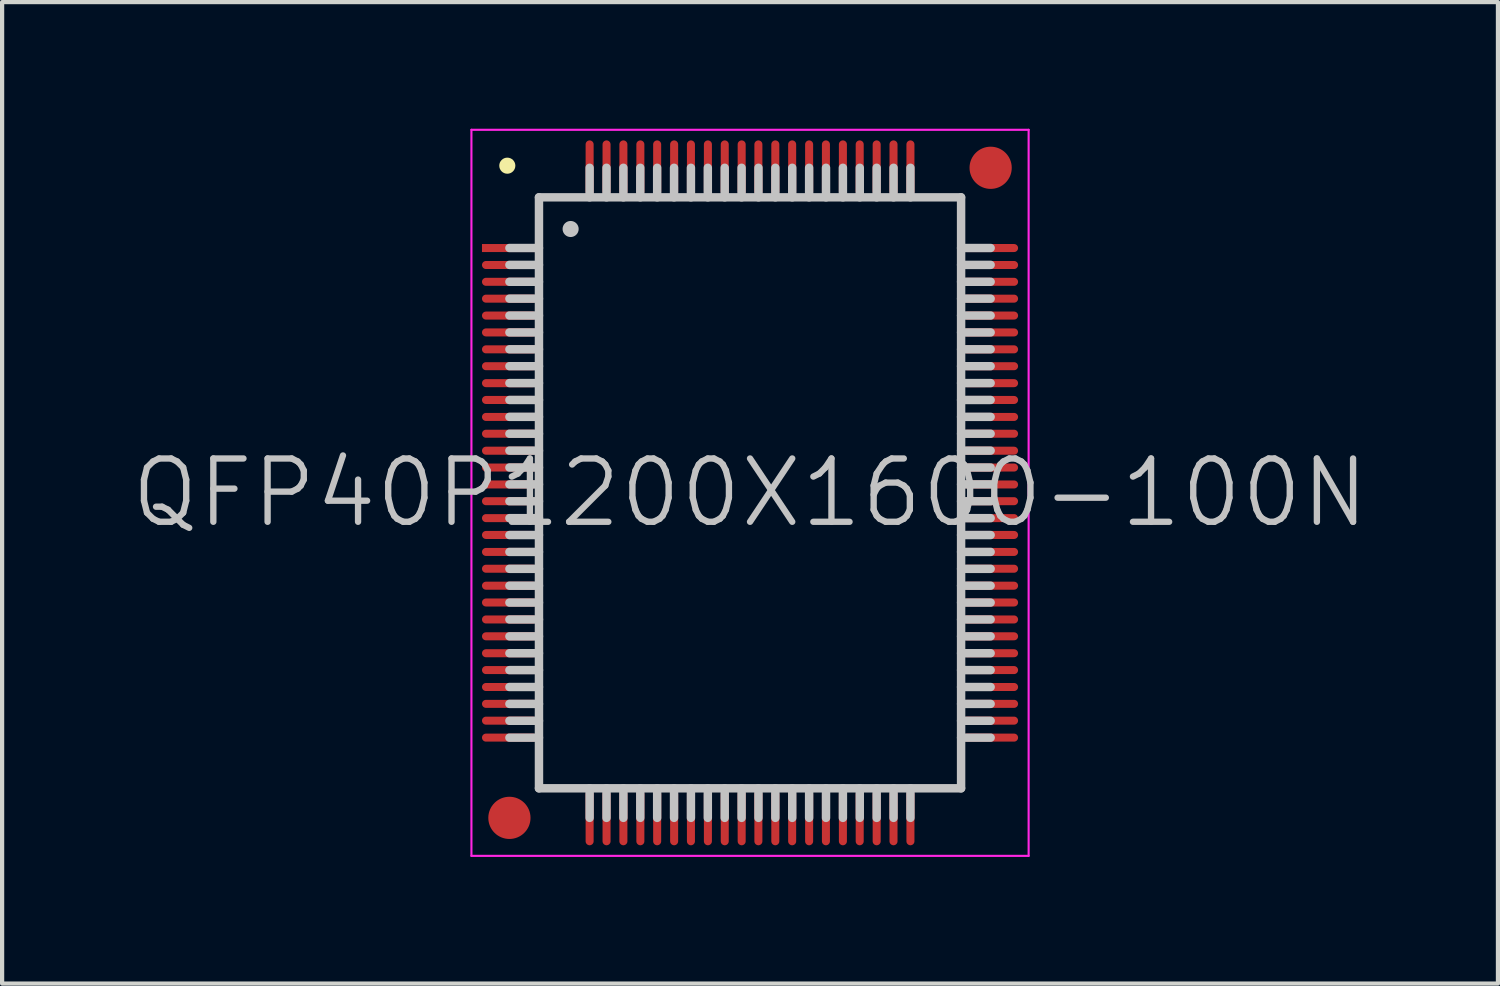
<source format=kicad_pcb>
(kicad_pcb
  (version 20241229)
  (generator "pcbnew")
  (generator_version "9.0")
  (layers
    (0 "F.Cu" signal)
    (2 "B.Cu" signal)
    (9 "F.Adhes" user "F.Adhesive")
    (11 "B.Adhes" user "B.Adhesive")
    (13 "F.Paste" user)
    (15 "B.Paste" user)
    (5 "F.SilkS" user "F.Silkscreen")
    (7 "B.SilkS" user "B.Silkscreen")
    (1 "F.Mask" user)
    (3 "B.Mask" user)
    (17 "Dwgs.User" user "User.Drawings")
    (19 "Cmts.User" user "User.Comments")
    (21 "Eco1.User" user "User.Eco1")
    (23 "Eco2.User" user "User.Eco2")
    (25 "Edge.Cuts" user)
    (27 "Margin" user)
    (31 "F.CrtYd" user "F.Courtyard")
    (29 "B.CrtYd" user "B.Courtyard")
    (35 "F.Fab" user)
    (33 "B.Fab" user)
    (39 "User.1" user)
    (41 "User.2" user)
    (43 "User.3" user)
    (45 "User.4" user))
  (footprint "QFP40P1200X1600-100N"
    (layer "F.Cu")
    (at 14.718 8.625)
    (property "Reference" "QFP40P1200X1600-100N" (at 0 0 0) (layer "Dwgs.User") (effects (font (size 1.5 1.5) (thickness 0.15))))
    (attr smd)
    (fp_line (start -5.75 -7.75) (end -5.75 -7.75) (stroke (width 0.381) (type solid)) (layer "F.SilkS"))
    (fp_line (start -5 -7) (end -5 7) (stroke (width 0.2) (type solid)) (layer "Dwgs.User"))
    (fp_line (start -5 -7) (end 5 -7) (stroke (width 0.2) (type solid)) (layer "Dwgs.User"))
    (fp_line (start -5 -5.8) (end -5.7 -5.8) (stroke (width 0.2) (type solid)) (layer "Dwgs.User"))
    (fp_line (start -5 -5.4) (end -5.7 -5.4) (stroke (width 0.2) (type solid)) (layer "Dwgs.User"))
    (fp_line (start -5 -5) (end -5.7 -5) (stroke (width 0.2) (type solid)) (layer "Dwgs.User"))
    (fp_line (start -5 -4.6) (end -5.7 -4.6) (stroke (width 0.2) (type solid)) (layer "Dwgs.User"))
    (fp_line (start -5 -4.2) (end -5.7 -4.2) (stroke (width 0.2) (type solid)) (layer "Dwgs.User"))
    (fp_line (start -5 -3.8) (end -5.7 -3.8) (stroke (width 0.2) (type solid)) (layer "Dwgs.User"))
    (fp_line (start -5 -3.4) (end -5.7 -3.4) (stroke (width 0.2) (type solid)) (layer "Dwgs.User"))
    (fp_line (start -5 -3) (end -5.7 -3) (stroke (width 0.2) (type solid)) (layer "Dwgs.User"))
    (fp_line (start -5 -2.6) (end -5.7 -2.6) (stroke (width 0.2) (type solid)) (layer "Dwgs.User"))
    (fp_line (start -5 -2.2) (end -5.7 -2.2) (stroke (width 0.2) (type solid)) (layer "Dwgs.User"))
    (fp_line (start -5 -1.8) (end -5.7 -1.8) (stroke (width 0.2) (type solid)) (layer "Dwgs.User"))
    (fp_line (start -5 -1.4) (end -5.7 -1.4) (stroke (width 0.2) (type solid)) (layer "Dwgs.User"))
    (fp_line (start -5 -1) (end -5.7 -1) (stroke (width 0.2) (type solid)) (layer "Dwgs.User"))
    (fp_line (start -5 -0.6) (end -5.7 -0.6) (stroke (width 0.2) (type solid)) (layer "Dwgs.User"))
    (fp_line (start -5 -0.2) (end -5.7 -0.2) (stroke (width 0.2) (type solid)) (layer "Dwgs.User"))
    (fp_line (start -5 0.2) (end -5.7 0.2) (stroke (width 0.2) (type solid)) (layer "Dwgs.User"))
    (fp_line (start -5 0.6) (end -5.7 0.6) (stroke (width 0.2) (type solid)) (layer "Dwgs.User"))
    (fp_line (start -5 1) (end -5.7 1) (stroke (width 0.2) (type solid)) (layer "Dwgs.User"))
    (fp_line (start -5 1.4) (end -5.7 1.4) (stroke (width 0.2) (type solid)) (layer "Dwgs.User"))
    (fp_line (start -5 1.8) (end -5.7 1.8) (stroke (width 0.2) (type solid)) (layer "Dwgs.User"))
    (fp_line (start -5 2.2) (end -5.7 2.2) (stroke (width 0.2) (type solid)) (layer "Dwgs.User"))
    (fp_line (start -5 2.6) (end -5.7 2.6) (stroke (width 0.2) (type solid)) (layer "Dwgs.User"))
    (fp_line (start -5 3) (end -5.7 3) (stroke (width 0.2) (type solid)) (layer "Dwgs.User"))
    (fp_line (start -5 3.4) (end -5.7 3.4) (stroke (width 0.2) (type solid)) (layer "Dwgs.User"))
    (fp_line (start -5 3.8) (end -5.7 3.8) (stroke (width 0.2) (type solid)) (layer "Dwgs.User"))
    (fp_line (start -5 4.2) (end -5.7 4.2) (stroke (width 0.2) (type solid)) (layer "Dwgs.User"))
    (fp_line (start -5 4.6) (end -5.7 4.6) (stroke (width 0.2) (type solid)) (layer "Dwgs.User"))
    (fp_line (start -5 5) (end -5.7 5) (stroke (width 0.2) (type solid)) (layer "Dwgs.User"))
    (fp_line (start -5 5.4) (end -5.7 5.4) (stroke (width 0.2) (type solid)) (layer "Dwgs.User"))
    (fp_line (start -5 5.8) (end -5.7 5.8) (stroke (width 0.2) (type solid)) (layer "Dwgs.User"))
    (fp_line (start -5 7) (end 5 7) (stroke (width 0.2) (type solid)) (layer "Dwgs.User"))
    (fp_line (start -4.25 -6.25) (end -4.25 -6.25) (stroke (width 0.381) (type solid)) (layer "Dwgs.User"))
    (fp_line (start -3.8 -7) (end -3.8 -7.7) (stroke (width 0.2) (type solid)) (layer "Dwgs.User"))
    (fp_line (start -3.8 7.7) (end -3.8 7) (stroke (width 0.2) (type solid)) (layer "Dwgs.User"))
    (fp_line (start -3.4 -7) (end -3.4 -7.7) (stroke (width 0.2) (type solid)) (layer "Dwgs.User"))
    (fp_line (start -3.4 7.7) (end -3.4 7) (stroke (width 0.2) (type solid)) (layer "Dwgs.User"))
    (fp_line (start -3 -7) (end -3 -7.7) (stroke (width 0.2) (type solid)) (layer "Dwgs.User"))
    (fp_line (start -3 7.7) (end -3 7) (stroke (width 0.2) (type solid)) (layer "Dwgs.User"))
    (fp_line (start -2.6 -7) (end -2.6 -7.7) (stroke (width 0.2) (type solid)) (layer "Dwgs.User"))
    (fp_line (start -2.6 7.7) (end -2.6 7) (stroke (width 0.2) (type solid)) (layer "Dwgs.User"))
    (fp_line (start -2.2 -7) (end -2.2 -7.7) (stroke (width 0.2) (type solid)) (layer "Dwgs.User"))
    (fp_line (start -2.2 7.7) (end -2.2 7) (stroke (width 0.2) (type solid)) (layer "Dwgs.User"))
    (fp_line (start -1.8 -7) (end -1.8 -7.7) (stroke (width 0.2) (type solid)) (layer "Dwgs.User"))
    (fp_line (start -1.8 7.7) (end -1.8 7) (stroke (width 0.2) (type solid)) (layer "Dwgs.User"))
    (fp_line (start -1.4 -7) (end -1.4 -7.7) (stroke (width 0.2) (type solid)) (layer "Dwgs.User"))
    (fp_line (start -1.4 7.7) (end -1.4 7) (stroke (width 0.2) (type solid)) (layer "Dwgs.User"))
    (fp_line (start -1 -7) (end -1 -7.7) (stroke (width 0.2) (type solid)) (layer "Dwgs.User"))
    (fp_line (start -1 7.7) (end -1 7) (stroke (width 0.2) (type solid)) (layer "Dwgs.User"))
    (fp_line (start -0.6 -7) (end -0.6 -7.7) (stroke (width 0.2) (type solid)) (layer "Dwgs.User"))
    (fp_line (start -0.6 7.7) (end -0.6 7) (stroke (width 0.2) (type solid)) (layer "Dwgs.User"))
    (fp_line (start -0.2 -7) (end -0.2 -7.7) (stroke (width 0.2) (type solid)) (layer "Dwgs.User"))
    (fp_line (start -0.2 7.7) (end -0.2 7) (stroke (width 0.2) (type solid)) (layer "Dwgs.User"))
    (fp_line (start 0.2 -7) (end 0.2 -7.7) (stroke (width 0.2) (type solid)) (layer "Dwgs.User"))
    (fp_line (start 0.2 7.7) (end 0.2 7) (stroke (width 0.2) (type solid)) (layer "Dwgs.User"))
    (fp_line (start 0.6 -7) (end 0.6 -7.7) (stroke (width 0.2) (type solid)) (layer "Dwgs.User"))
    (fp_line (start 0.6 7.7) (end 0.6 7) (stroke (width 0.2) (type solid)) (layer "Dwgs.User"))
    (fp_line (start 1 -7) (end 1 -7.7) (stroke (width 0.2) (type solid)) (layer "Dwgs.User"))
    (fp_line (start 1 7.7) (end 1 7) (stroke (width 0.2) (type solid)) (layer "Dwgs.User"))
    (fp_line (start 1.4 -7) (end 1.4 -7.7) (stroke (width 0.2) (type solid)) (layer "Dwgs.User"))
    (fp_line (start 1.4 7.7) (end 1.4 7) (stroke (width 0.2) (type solid)) (layer "Dwgs.User"))
    (fp_line (start 1.8 -7) (end 1.8 -7.7) (stroke (width 0.2) (type solid)) (layer "Dwgs.User"))
    (fp_line (start 1.8 7.7) (end 1.8 7) (stroke (width 0.2) (type solid)) (layer "Dwgs.User"))
    (fp_line (start 2.2 -7) (end 2.2 -7.7) (stroke (width 0.2) (type solid)) (layer "Dwgs.User"))
    (fp_line (start 2.2 7.7) (end 2.2 7) (stroke (width 0.2) (type solid)) (layer "Dwgs.User"))
    (fp_line (start 2.6 -7) (end 2.6 -7.7) (stroke (width 0.2) (type solid)) (layer "Dwgs.User"))
    (fp_line (start 2.6 7.7) (end 2.6 7) (stroke (width 0.2) (type solid)) (layer "Dwgs.User"))
    (fp_line (start 3 -7) (end 3 -7.7) (stroke (width 0.2) (type solid)) (layer "Dwgs.User"))
    (fp_line (start 3 7.7) (end 3 7) (stroke (width 0.2) (type solid)) (layer "Dwgs.User"))
    (fp_line (start 3.4 -7) (end 3.4 -7.7) (stroke (width 0.2) (type solid)) (layer "Dwgs.User"))
    (fp_line (start 3.4 7.7) (end 3.4 7) (stroke (width 0.2) (type solid)) (layer "Dwgs.User"))
    (fp_line (start 3.8 -7) (end 3.8 -7.7) (stroke (width 0.2) (type solid)) (layer "Dwgs.User"))
    (fp_line (start 3.8 7.7) (end 3.8 7) (stroke (width 0.2) (type solid)) (layer "Dwgs.User"))
    (fp_line (start 5 -7) (end 5 7) (stroke (width 0.2) (type solid)) (layer "Dwgs.User"))
    (fp_line (start 5.7 -5.8) (end 5 -5.8) (stroke (width 0.2) (type solid)) (layer "Dwgs.User"))
    (fp_line (start 5.7 -5.4) (end 5 -5.4) (stroke (width 0.2) (type solid)) (layer "Dwgs.User"))
    (fp_line (start 5.7 -5) (end 5 -5) (stroke (width 0.2) (type solid)) (layer "Dwgs.User"))
    (fp_line (start 5.7 -4.6) (end 5 -4.6) (stroke (width 0.2) (type solid)) (layer "Dwgs.User"))
    (fp_line (start 5.7 -4.2) (end 5 -4.2) (stroke (width 0.2) (type solid)) (layer "Dwgs.User"))
    (fp_line (start 5.7 -3.8) (end 5 -3.8) (stroke (width 0.2) (type solid)) (layer "Dwgs.User"))
    (fp_line (start 5.7 -3.4) (end 5 -3.4) (stroke (width 0.2) (type solid)) (layer "Dwgs.User"))
    (fp_line (start 5.7 -3) (end 5 -3) (stroke (width 0.2) (type solid)) (layer "Dwgs.User"))
    (fp_line (start 5.7 -2.6) (end 5 -2.6) (stroke (width 0.2) (type solid)) (layer "Dwgs.User"))
    (fp_line (start 5.7 -2.2) (end 5 -2.2) (stroke (width 0.2) (type solid)) (layer "Dwgs.User"))
    (fp_line (start 5.7 -1.8) (end 5 -1.8) (stroke (width 0.2) (type solid)) (layer "Dwgs.User"))
    (fp_line (start 5.7 -1.4) (end 5 -1.4) (stroke (width 0.2) (type solid)) (layer "Dwgs.User"))
    (fp_line (start 5.7 -1) (end 5 -1) (stroke (width 0.2) (type solid)) (layer "Dwgs.User"))
    (fp_line (start 5.7 -0.6) (end 5 -0.6) (stroke (width 0.2) (type solid)) (layer "Dwgs.User"))
    (fp_line (start 5.7 -0.2) (end 5 -0.2) (stroke (width 0.2) (type solid)) (layer "Dwgs.User"))
    (fp_line (start 5.7 0.2) (end 5 0.2) (stroke (width 0.2) (type solid)) (layer "Dwgs.User"))
    (fp_line (start 5.7 0.6) (end 5 0.6) (stroke (width 0.2) (type solid)) (layer "Dwgs.User"))
    (fp_line (start 5.7 1) (end 5 1) (stroke (width 0.2) (type solid)) (layer "Dwgs.User"))
    (fp_line (start 5.7 1.4) (end 5 1.4) (stroke (width 0.2) (type solid)) (layer "Dwgs.User"))
    (fp_line (start 5.7 1.8) (end 5 1.8) (stroke (width 0.2) (type solid)) (layer "Dwgs.User"))
    (fp_line (start 5.7 2.2) (end 5 2.2) (stroke (width 0.2) (type solid)) (layer "Dwgs.User"))
    (fp_line (start 5.7 2.6) (end 5 2.6) (stroke (width 0.2) (type solid)) (layer "Dwgs.User"))
    (fp_line (start 5.7 3) (end 5 3) (stroke (width 0.2) (type solid)) (layer "Dwgs.User"))
    (fp_line (start 5.7 3.4) (end 5 3.4) (stroke (width 0.2) (type solid)) (layer "Dwgs.User"))
    (fp_line (start 5.7 3.8) (end 5 3.8) (stroke (width 0.2) (type solid)) (layer "Dwgs.User"))
    (fp_line (start 5.7 4.2) (end 5 4.2) (stroke (width 0.2) (type solid)) (layer "Dwgs.User"))
    (fp_line (start 5.7 4.6) (end 5 4.6) (stroke (width 0.2) (type solid)) (layer "Dwgs.User"))
    (fp_line (start 5.7 5) (end 5 5) (stroke (width 0.2) (type solid)) (layer "Dwgs.User"))
    (fp_line (start 5.7 5.4) (end 5 5.4) (stroke (width 0.2) (type solid)) (layer "Dwgs.User"))
    (fp_line (start 5.7 5.8) (end 5 5.8) (stroke (width 0.2) (type solid)) (layer "Dwgs.User"))
    (fp_line (start -6.6 -8.6) (end -6.6 8.6) (stroke (width 0.05) (type solid)) (layer "F.CrtYd"))
    (fp_line (start -6.6 -8.6) (end 6.6 -8.6) (stroke (width 0.05) (type solid)) (layer "F.CrtYd"))
    (fp_line (start -6.6 8.6) (end 6.6 8.6) (stroke (width 0.05) (type solid)) (layer "F.CrtYd"))
    (fp_line (start 6.6 -8.6) (end 6.6 8.6) (stroke (width 0.05) (type solid)) (layer "F.CrtYd"))
    (pad "" smd circle (at -5.7 7.7) (size 1 1) (layers "F.Cu" "F.Mask"))
    (pad "" smd circle (at 5.7 -7.7) (size 1 1) (layers "F.Cu" "F.Mask"))
    (pad "1" smd rect (at -5.7 -5.799 90) (size 0.19 1.3) (layers "F.Cu" "F.Mask" "F.Paste"))
    (pad "2" smd oval (at -5.7 -5.397 90) (size 0.19 1.3) (layers "F.Cu" "F.Mask" "F.Paste"))
    (pad "3" smd oval (at -5.7 -4.999 90) (size 0.19 1.3) (layers "F.Cu" "F.Mask" "F.Paste"))
    (pad "4" smd oval (at -5.7 -4.6 90) (size 0.19 1.3) (layers "F.Cu" "F.Mask" "F.Paste"))
    (pad "5" smd oval (at -5.7 -4.199 90) (size 0.19 1.3) (layers "F.Cu" "F.Mask" "F.Paste"))
    (pad "6" smd oval (at -5.7 -3.8 90) (size 0.19 1.3) (layers "F.Cu" "F.Mask" "F.Paste"))
    (pad "7" smd oval (at -5.7 -3.399 90) (size 0.19 1.3) (layers "F.Cu" "F.Mask" "F.Paste"))
    (pad "8" smd oval (at -5.7 -3 90) (size 0.19 1.3) (layers "F.Cu" "F.Mask" "F.Paste"))
    (pad "9" smd oval (at -5.7 -2.598 90) (size 0.19 1.3) (layers "F.Cu" "F.Mask" "F.Paste"))
    (pad "10" smd oval (at -5.7 -2.2 90) (size 0.19 1.3) (layers "F.Cu" "F.Mask" "F.Paste"))
    (pad "11" smd oval (at -5.7 -1.798 90) (size 0.19 1.3) (layers "F.Cu" "F.Mask" "F.Paste"))
    (pad "12" smd oval (at -5.7 -1.4 90) (size 0.19 1.3) (layers "F.Cu" "F.Mask" "F.Paste"))
    (pad "13" smd oval (at -5.7 -0.998 90) (size 0.19 1.3) (layers "F.Cu" "F.Mask" "F.Paste"))
    (pad "14" smd oval (at -5.7 -0.599 90) (size 0.19 1.3) (layers "F.Cu" "F.Mask" "F.Paste"))
    (pad "15" smd oval (at -5.7 -0.198 90) (size 0.19 1.3) (layers "F.Cu" "F.Mask" "F.Paste"))
    (pad "16" smd oval (at -5.7 0.198 90) (size 0.19 1.3) (layers "F.Cu" "F.Mask" "F.Paste"))
    (pad "17" smd oval (at -5.7 0.599 90) (size 0.19 1.3) (layers "F.Cu" "F.Mask" "F.Paste"))
    (pad "18" smd oval (at -5.7 0.998 90) (size 0.19 1.3) (layers "F.Cu" "F.Mask" "F.Paste"))
    (pad "19" smd oval (at -5.7 1.4 90) (size 0.19 1.3) (layers "F.Cu" "F.Mask" "F.Paste"))
    (pad "20" smd oval (at -5.7 1.798 90) (size 0.19 1.3) (layers "F.Cu" "F.Mask" "F.Paste"))
    (pad "21" smd oval (at -5.7 2.2 90) (size 0.19 1.3) (layers "F.Cu" "F.Mask" "F.Paste"))
    (pad "22" smd oval (at -5.7 2.598 90) (size 0.19 1.3) (layers "F.Cu" "F.Mask" "F.Paste"))
    (pad "23" smd oval (at -5.7 3 90) (size 0.19 1.3) (layers "F.Cu" "F.Mask" "F.Paste"))
    (pad "24" smd oval (at -5.7 3.399 90) (size 0.19 1.3) (layers "F.Cu" "F.Mask" "F.Paste"))
    (pad "25" smd oval (at -5.7 3.8 90) (size 0.19 1.3) (layers "F.Cu" "F.Mask" "F.Paste"))
    (pad "26" smd oval (at -5.7 4.199 90) (size 0.19 1.3) (layers "F.Cu" "F.Mask" "F.Paste"))
    (pad "27" smd oval (at -5.7 4.6 90) (size 0.19 1.3) (layers "F.Cu" "F.Mask" "F.Paste"))
    (pad "28" smd oval (at -5.7 4.999 90) (size 0.19 1.3) (layers "F.Cu" "F.Mask" "F.Paste"))
    (pad "29" smd oval (at -5.7 5.397 90) (size 0.19 1.3) (layers "F.Cu" "F.Mask" "F.Paste"))
    (pad "30" smd oval (at -5.7 5.799 90) (size 0.19 1.3) (layers "F.Cu" "F.Mask" "F.Paste"))
    (pad "31" smd oval (at -3.8 7.699 180) (size 0.19 1.3) (layers "F.Cu" "F.Mask" "F.Paste"))
    (pad "32" smd oval (at -3.399 7.699 180) (size 0.19 1.3) (layers "F.Cu" "F.Mask" "F.Paste"))
    (pad "33" smd oval (at -3 7.699 180) (size 0.19 1.3) (layers "F.Cu" "F.Mask" "F.Paste"))
    (pad "34" smd oval (at -2.598 7.699 180) (size 0.19 1.3) (layers "F.Cu" "F.Mask" "F.Paste"))
    (pad "35" smd oval (at -2.2 7.699 180) (size 0.19 1.3) (layers "F.Cu" "F.Mask" "F.Paste"))
    (pad "36" smd oval (at -1.798 7.699 180) (size 0.19 1.3) (layers "F.Cu" "F.Mask" "F.Paste"))
    (pad "37" smd oval (at -1.4 7.699 180) (size 0.19 1.3) (layers "F.Cu" "F.Mask" "F.Paste"))
    (pad "38" smd oval (at -0.998 7.699 180) (size 0.19 1.3) (layers "F.Cu" "F.Mask" "F.Paste"))
    (pad "39" smd oval (at -0.599 7.699 180) (size 0.19 1.3) (layers "F.Cu" "F.Mask" "F.Paste"))
    (pad "40" smd oval (at -0.198 7.699 180) (size 0.19 1.3) (layers "F.Cu" "F.Mask" "F.Paste"))
    (pad "41" smd oval (at 0.198 7.699 180) (size 0.19 1.3) (layers "F.Cu" "F.Mask" "F.Paste"))
    (pad "42" smd oval (at 0.599 7.699 180) (size 0.19 1.3) (layers "F.Cu" "F.Mask" "F.Paste"))
    (pad "43" smd oval (at 0.998 7.699 180) (size 0.19 1.3) (layers "F.Cu" "F.Mask" "F.Paste"))
    (pad "44" smd oval (at 1.4 7.699 180) (size 0.19 1.3) (layers "F.Cu" "F.Mask" "F.Paste"))
    (pad "45" smd oval (at 1.798 7.699 180) (size 0.19 1.3) (layers "F.Cu" "F.Mask" "F.Paste"))
    (pad "46" smd oval (at 2.2 7.699 180) (size 0.19 1.3) (layers "F.Cu" "F.Mask" "F.Paste"))
    (pad "47" smd oval (at 2.598 7.699 180) (size 0.19 1.3) (layers "F.Cu" "F.Mask" "F.Paste"))
    (pad "48" smd oval (at 3 7.699 180) (size 0.19 1.3) (layers "F.Cu" "F.Mask" "F.Paste"))
    (pad "49" smd oval (at 3.399 7.699 180) (size 0.19 1.3) (layers "F.Cu" "F.Mask" "F.Paste"))
    (pad "50" smd oval (at 3.8 7.699 180) (size 0.19 1.3) (layers "F.Cu" "F.Mask" "F.Paste"))
    (pad "51" smd oval (at 5.7 5.799 270) (size 0.19 1.3) (layers "F.Cu" "F.Mask" "F.Paste"))
    (pad "52" smd oval (at 5.7 5.397 270) (size 0.19 1.3) (layers "F.Cu" "F.Mask" "F.Paste"))
    (pad "53" smd oval (at 5.7 4.999 270) (size 0.19 1.3) (layers "F.Cu" "F.Mask" "F.Paste"))
    (pad "54" smd oval (at 5.7 4.6 270) (size 0.19 1.3) (layers "F.Cu" "F.Mask" "F.Paste"))
    (pad "55" smd oval (at 5.7 4.199 270) (size 0.19 1.3) (layers "F.Cu" "F.Mask" "F.Paste"))
    (pad "56" smd oval (at 5.7 3.8 270) (size 0.19 1.3) (layers "F.Cu" "F.Mask" "F.Paste"))
    (pad "57" smd oval (at 5.7 3.399 270) (size 0.19 1.3) (layers "F.Cu" "F.Mask" "F.Paste"))
    (pad "58" smd oval (at 5.7 3 270) (size 0.19 1.3) (layers "F.Cu" "F.Mask" "F.Paste"))
    (pad "59" smd oval (at 5.7 2.598 270) (size 0.19 1.3) (layers "F.Cu" "F.Mask" "F.Paste"))
    (pad "60" smd oval (at 5.7 2.2 270) (size 0.19 1.3) (layers "F.Cu" "F.Mask" "F.Paste"))
    (pad "61" smd oval (at 5.7 1.798 270) (size 0.19 1.3) (layers "F.Cu" "F.Mask" "F.Paste"))
    (pad "62" smd oval (at 5.7 1.4 270) (size 0.19 1.3) (layers "F.Cu" "F.Mask" "F.Paste"))
    (pad "63" smd oval (at 5.7 0.998 270) (size 0.19 1.3) (layers "F.Cu" "F.Mask" "F.Paste"))
    (pad "64" smd oval (at 5.7 0.599 270) (size 0.19 1.3) (layers "F.Cu" "F.Mask" "F.Paste"))
    (pad "65" smd oval (at 5.7 0.198 270) (size 0.19 1.3) (layers "F.Cu" "F.Mask" "F.Paste"))
    (pad "66" smd oval (at 5.7 -0.198 270) (size 0.19 1.3) (layers "F.Cu" "F.Mask" "F.Paste"))
    (pad "67" smd oval (at 5.7 -0.599 270) (size 0.19 1.3) (layers "F.Cu" "F.Mask" "F.Paste"))
    (pad "68" smd oval (at 5.7 -0.998 270) (size 0.19 1.3) (layers "F.Cu" "F.Mask" "F.Paste"))
    (pad "69" smd oval (at 5.7 -1.4 270) (size 0.19 1.3) (layers "F.Cu" "F.Mask" "F.Paste"))
    (pad "70" smd oval (at 5.7 -1.798 270) (size 0.19 1.3) (layers "F.Cu" "F.Mask" "F.Paste"))
    (pad "71" smd oval (at 5.7 -2.2 270) (size 0.19 1.3) (layers "F.Cu" "F.Mask" "F.Paste"))
    (pad "72" smd oval (at 5.7 -2.598 270) (size 0.19 1.3) (layers "F.Cu" "F.Mask" "F.Paste"))
    (pad "73" smd oval (at 5.7 -3 270) (size 0.19 1.3) (layers "F.Cu" "F.Mask" "F.Paste"))
    (pad "74" smd oval (at 5.7 -3.399 270) (size 0.19 1.3) (layers "F.Cu" "F.Mask" "F.Paste"))
    (pad "75" smd oval (at 5.7 -3.8 270) (size 0.19 1.3) (layers "F.Cu" "F.Mask" "F.Paste"))
    (pad "76" smd oval (at 5.7 -4.199 270) (size 0.19 1.3) (layers "F.Cu" "F.Mask" "F.Paste"))
    (pad "77" smd oval (at 5.7 -4.6 270) (size 0.19 1.3) (layers "F.Cu" "F.Mask" "F.Paste"))
    (pad "78" smd oval (at 5.7 -4.999 270) (size 0.19 1.3) (layers "F.Cu" "F.Mask" "F.Paste"))
    (pad "79" smd oval (at 5.7 -5.397 270) (size 0.19 1.3) (layers "F.Cu" "F.Mask" "F.Paste"))
    (pad "80" smd oval (at 5.7 -5.799 270) (size 0.19 1.3) (layers "F.Cu" "F.Mask" "F.Paste"))
    (pad "81" smd oval (at 3.8 -7.699) (size 0.19 1.3) (layers "F.Cu" "F.Mask" "F.Paste"))
    (pad "82" smd oval (at 3.399 -7.699) (size 0.19 1.3) (layers "F.Cu" "F.Mask" "F.Paste"))
    (pad "83" smd oval (at 3 -7.699) (size 0.19 1.3) (layers "F.Cu" "F.Mask" "F.Paste"))
    (pad "84" smd oval (at 2.598 -7.699) (size 0.19 1.3) (layers "F.Cu" "F.Mask" "F.Paste"))
    (pad "85" smd oval (at 2.2 -7.699) (size 0.19 1.3) (layers "F.Cu" "F.Mask" "F.Paste"))
    (pad "86" smd oval (at 1.798 -7.699) (size 0.19 1.3) (layers "F.Cu" "F.Mask" "F.Paste"))
    (pad "87" smd oval (at 1.4 -7.699) (size 0.19 1.3) (layers "F.Cu" "F.Mask" "F.Paste"))
    (pad "88" smd oval (at 0.998 -7.699) (size 0.19 1.3) (layers "F.Cu" "F.Mask" "F.Paste"))
    (pad "89" smd oval (at 0.599 -7.699) (size 0.19 1.3) (layers "F.Cu" "F.Mask" "F.Paste"))
    (pad "90" smd oval (at 0.198 -7.699) (size 0.19 1.3) (layers "F.Cu" "F.Mask" "F.Paste"))
    (pad "91" smd oval (at -0.198 -7.699) (size 0.19 1.3) (layers "F.Cu" "F.Mask" "F.Paste"))
    (pad "92" smd oval (at -0.599 -7.699) (size 0.19 1.3) (layers "F.Cu" "F.Mask" "F.Paste"))
    (pad "93" smd oval (at -0.998 -7.699) (size 0.19 1.3) (layers "F.Cu" "F.Mask" "F.Paste"))
    (pad "94" smd oval (at -1.4 -7.699) (size 0.19 1.3) (layers "F.Cu" "F.Mask" "F.Paste"))
    (pad "95" smd oval (at -1.798 -7.699) (size 0.19 1.3) (layers "F.Cu" "F.Mask" "F.Paste"))
    (pad "96" smd oval (at -2.2 -7.699) (size 0.19 1.3) (layers "F.Cu" "F.Mask" "F.Paste"))
    (pad "97" smd oval (at -2.598 -7.699) (size 0.19 1.3) (layers "F.Cu" "F.Mask" "F.Paste"))
    (pad "98" smd oval (at -3 -7.699) (size 0.19 1.3) (layers "F.Cu" "F.Mask" "F.Paste"))
    (pad "99" smd oval (at -3.399 -7.699) (size 0.19 1.3) (layers "F.Cu" "F.Mask" "F.Paste"))
    (pad "100" smd oval (at -3.8 -7.699) (size 0.19 1.3) (layers "F.Cu" "F.Mask" "F.Paste")))
  (gr_rect
    (start -3 -3)
    (end 32.436 20.25)
    (stroke (width 0.1) (type default))
    (fill no)
    (layer "Edge.Cuts")))
</source>
